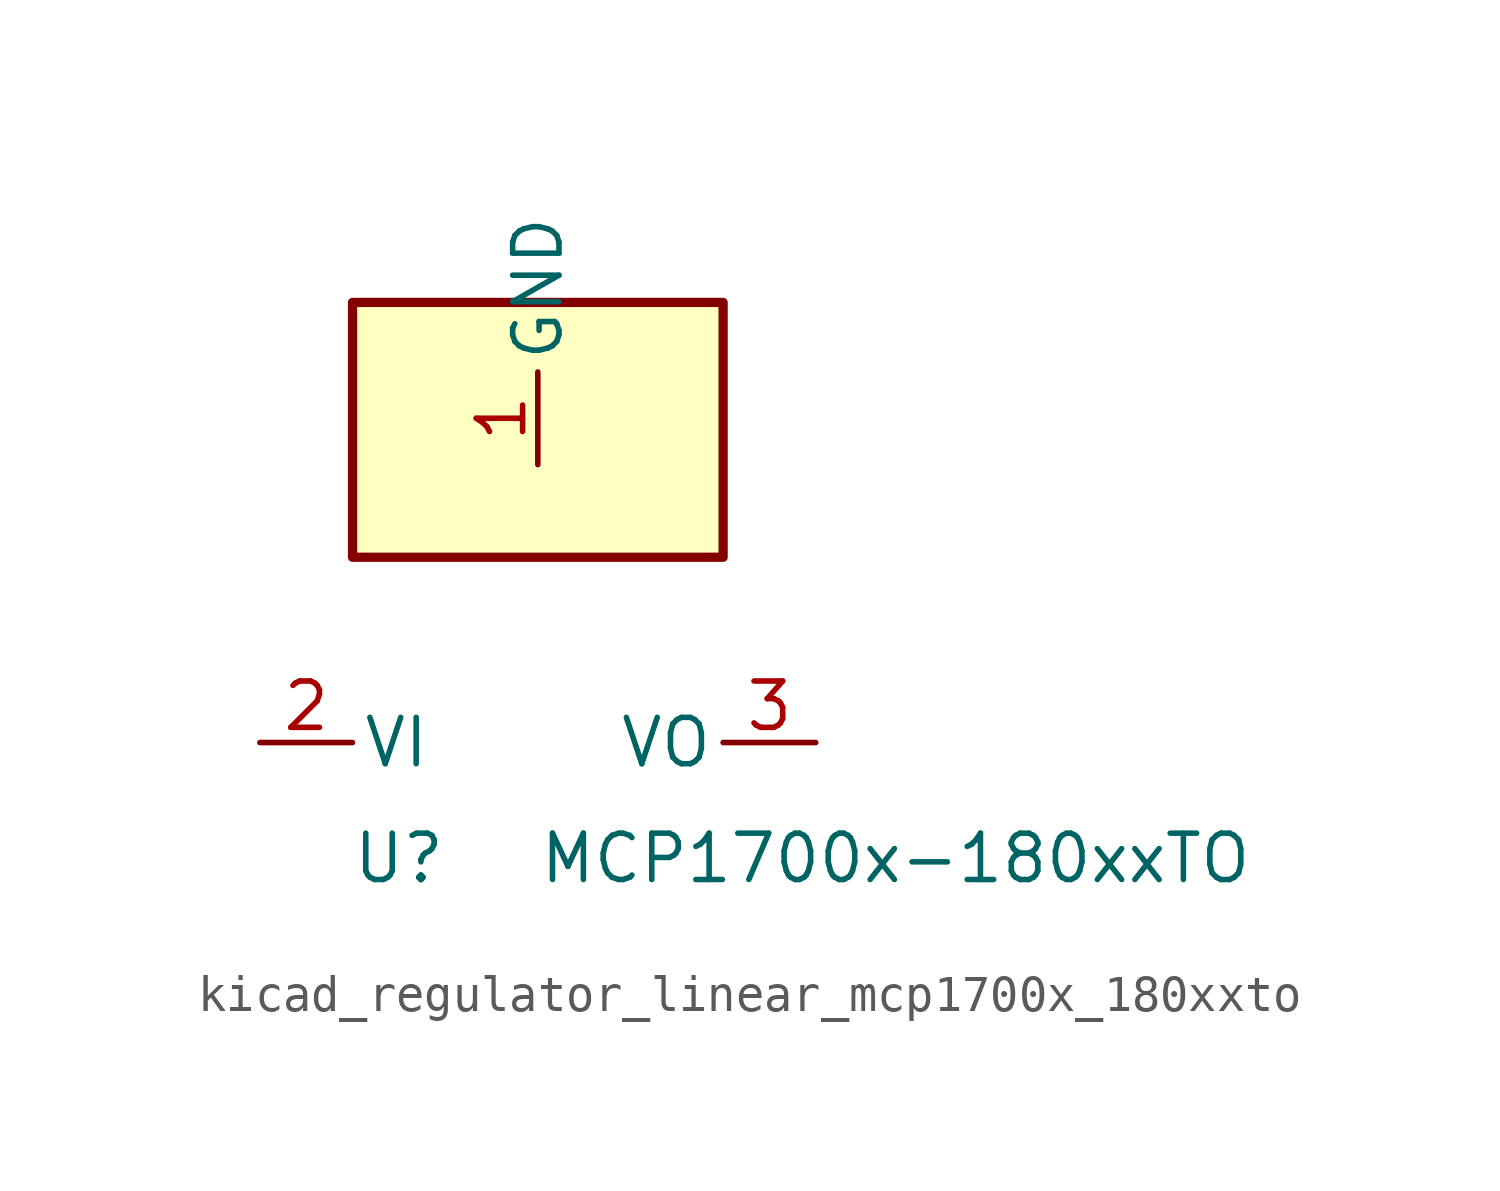
<source format=kicad_sym>
(kicad_symbol_lib
  (version 20220914)
  (generator kicad_symbol_editor)
  (symbol "kicad_regulator_linear_mcp1700x_180xxto"
    (pin_names
      (offset 0.254))
    (property "Reference" "U"
      (at -3.81 -3.175 0)
      (effects (font (size 1.27 1.27))))
    (property "Value" "MCP1700x-180xxTO"
      (at 0 -3.175 0)
      (effects (font (size 1.27 1.27)) (justify left)))
    (symbol "kicad_regulator_linear_mcp1700x_180xxto_0_1"
      (rectangle (start 5.08 12.065) (end -5.08 5.08) (stroke (width 0.254) (type default)) (fill (type background))))
    (symbol "kicad_regulator_linear_mcp1700x_180xxto_1_1"
      (pin power_in line (at 0 7.62 90) (length 2.54) (name "GND" (effects (font (size 1.27 1.27)))) (number "1" (effects (font (size 1.27 1.27)))))
      (pin power_in line (at -7.62 0 0) (length 2.54) (name "VI" (effects (font (size 1.27 1.27)))) (number "2" (effects (font (size 1.27 1.27)))))
      (pin power_out line (at 7.62 0 180) (length 2.54) (name "VO" (effects (font (size 1.27 1.27)))) (number "3" (effects (font (size 1.27 1.27))))))))
</source>
